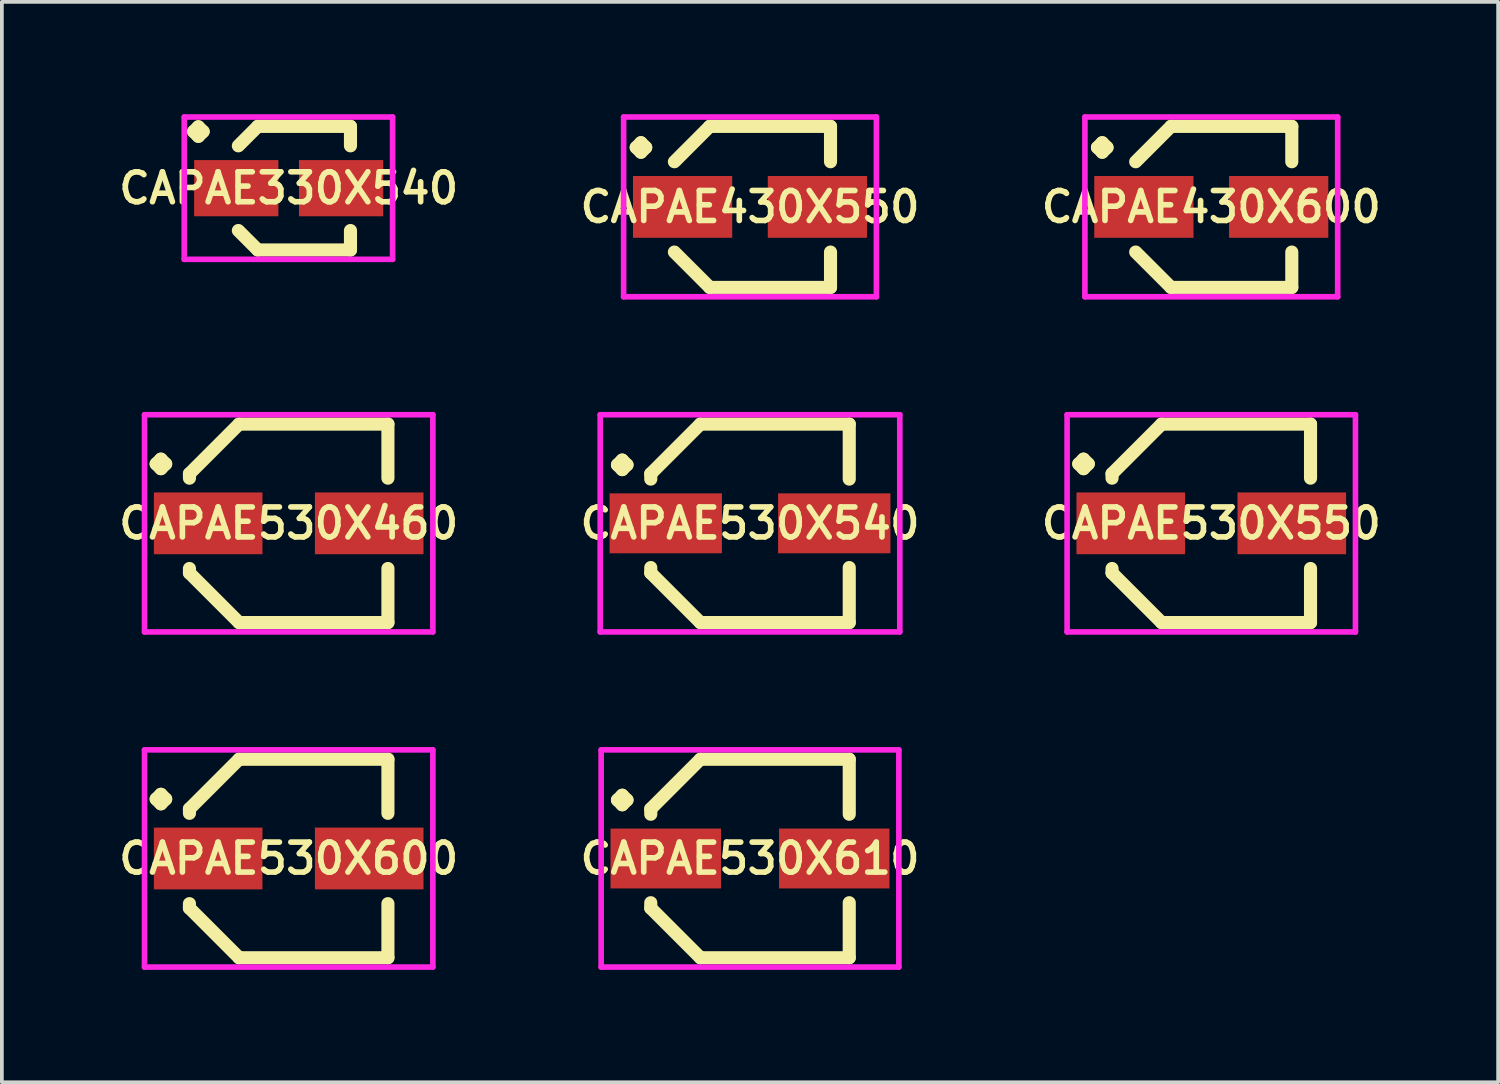
<source format=kicad_pcb>
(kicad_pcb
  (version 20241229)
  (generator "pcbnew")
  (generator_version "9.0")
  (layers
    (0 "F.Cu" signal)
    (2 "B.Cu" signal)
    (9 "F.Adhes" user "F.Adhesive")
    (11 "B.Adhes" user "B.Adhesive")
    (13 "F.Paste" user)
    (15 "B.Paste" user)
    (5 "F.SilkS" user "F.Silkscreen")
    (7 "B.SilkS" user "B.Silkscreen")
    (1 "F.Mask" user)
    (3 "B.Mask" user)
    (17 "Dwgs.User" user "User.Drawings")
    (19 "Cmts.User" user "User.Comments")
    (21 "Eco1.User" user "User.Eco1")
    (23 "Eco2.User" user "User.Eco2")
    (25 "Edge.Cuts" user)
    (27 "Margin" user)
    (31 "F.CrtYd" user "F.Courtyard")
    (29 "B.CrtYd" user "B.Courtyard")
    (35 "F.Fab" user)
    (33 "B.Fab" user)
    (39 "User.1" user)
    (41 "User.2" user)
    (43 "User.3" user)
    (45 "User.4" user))
  (footprint "CAPAE430X550"
    (layer "F.Cu")
    (at 16.978 2.475)
    (property "Reference" "CAPAE430X550" (at 0 0 0) (layer "F.SilkS") (effects (font (size 0.8 0.8) (thickness 0.15))))
    (attr smd)
    (fp_line (start -3.039 -1.587) (end -2.912 -1.714) (stroke (width 0.35) (type solid)) (layer "F.SilkS"))
    (fp_line (start -2.912 -1.714) (end -2.785 -1.587) (stroke (width 0.35) (type solid)) (layer "F.SilkS"))
    (fp_line (start -2.912 -1.46) (end -3.039 -1.587) (stroke (width 0.35) (type solid)) (layer "F.SilkS"))
    (fp_line (start -2.785 -1.587) (end -2.912 -1.46) (stroke (width 0.35) (type solid)) (layer "F.SilkS"))
    (fp_line (start -1.075 -2.15) (end -2.019 -1.206) (stroke (width 0.35) (type solid)) (layer "F.SilkS"))
    (fp_line (start -1.075 2.15) (end -2.019 1.206) (stroke (width 0.35) (type solid)) (layer "F.SilkS"))
    (fp_line (start 2.15 -2.15) (end -1.075 -2.15) (stroke (width 0.35) (type solid)) (layer "F.SilkS"))
    (fp_line (start 2.15 -1.206) (end 2.15 -2.15) (stroke (width 0.35) (type solid)) (layer "F.SilkS"))
    (fp_line (start 2.15 1.206) (end 2.15 2.15) (stroke (width 0.35) (type solid)) (layer "F.SilkS"))
    (fp_line (start 2.15 2.15) (end -1.075 2.15) (stroke (width 0.35) (type solid)) (layer "F.SilkS"))
    (fp_line (start -3.375 -2.4) (end 3.375 -2.4) (stroke (width 0.15) (type solid)) (layer "F.CrtYd"))
    (fp_line (start -3.375 2.4) (end -3.375 -2.4) (stroke (width 0.15) (type solid)) (layer "F.CrtYd"))
    (fp_line (start 3.375 -2.4) (end 3.375 2.4) (stroke (width 0.15) (type solid)) (layer "F.CrtYd"))
    (fp_line (start 3.375 2.4) (end -3.375 2.4) (stroke (width 0.15) (type solid)) (layer "F.CrtYd"))
    (pad "1" smd rect (at -1.8 0) (size 2.65 1.65) (layers "F.Cu" "F.Mask" "F.Paste"))
    (pad "2" smd rect (at 1.8 0) (size 2.65 1.65) (layers "F.Cu" "F.Mask" "F.Paste")))
  (footprint "CAPAE530X550"
    (layer "F.Cu")
    (at 29.296 10.925)
    (property "Reference" "CAPAE530X550" (at 0 0 0) (layer "F.SilkS") (effects (font (size 0.8 0.8) (thickness 0.15))))
    (attr smd)
    (fp_line (start -3.539 -1.587) (end -3.412 -1.714) (stroke (width 0.35) (type solid)) (layer "F.SilkS"))
    (fp_line (start -3.412 -1.714) (end -3.285 -1.587) (stroke (width 0.35) (type solid)) (layer "F.SilkS"))
    (fp_line (start -3.412 -1.46) (end -3.539 -1.587) (stroke (width 0.35) (type solid)) (layer "F.SilkS"))
    (fp_line (start -3.285 -1.587) (end -3.412 -1.46) (stroke (width 0.35) (type solid)) (layer "F.SilkS"))
    (fp_line (start -2.65 -1.325) (end -2.65 -1.206) (stroke (width 0.35) (type solid)) (layer "F.SilkS"))
    (fp_line (start -2.65 1.325) (end -2.65 1.206) (stroke (width 0.35) (type solid)) (layer "F.SilkS"))
    (fp_line (start -1.325 -2.65) (end -2.65 -1.325) (stroke (width 0.35) (type solid)) (layer "F.SilkS"))
    (fp_line (start -1.325 2.65) (end -2.65 1.325) (stroke (width 0.35) (type solid)) (layer "F.SilkS"))
    (fp_line (start 2.65 -2.65) (end -1.325 -2.65) (stroke (width 0.35) (type solid)) (layer "F.SilkS"))
    (fp_line (start 2.65 -1.206) (end 2.65 -2.65) (stroke (width 0.35) (type solid)) (layer "F.SilkS"))
    (fp_line (start 2.65 1.206) (end 2.65 2.65) (stroke (width 0.35) (type solid)) (layer "F.SilkS"))
    (fp_line (start 2.65 2.65) (end -1.325 2.65) (stroke (width 0.35) (type solid)) (layer "F.SilkS"))
    (fp_line (start -3.85 -2.9) (end 3.85 -2.9) (stroke (width 0.15) (type solid)) (layer "F.CrtYd"))
    (fp_line (start -3.85 2.9) (end -3.85 -2.9) (stroke (width 0.15) (type solid)) (layer "F.CrtYd"))
    (fp_line (start 3.85 -2.9) (end 3.85 2.9) (stroke (width 0.15) (type solid)) (layer "F.CrtYd"))
    (fp_line (start 3.85 2.9) (end -3.85 2.9) (stroke (width 0.15) (type solid)) (layer "F.CrtYd"))
    (pad "1" smd rect (at -2.15 0) (size 2.9 1.65) (layers "F.Cu" "F.Mask" "F.Paste"))
    (pad "2" smd rect (at 2.15 0) (size 2.9 1.65) (layers "F.Cu" "F.Mask" "F.Paste")))
  (footprint "CAPAE530X540"
    (layer "F.Cu")
    (at 16.978 10.925)
    (property "Reference" "CAPAE530X540" (at 0 0 0) (layer "F.SilkS") (effects (font (size 0.8 0.8) (thickness 0.15))))
    (attr smd)
    (fp_line (start -3.539 -1.562) (end -3.412 -1.689) (stroke (width 0.35) (type solid)) (layer "F.SilkS"))
    (fp_line (start -3.412 -1.689) (end -3.285 -1.562) (stroke (width 0.35) (type solid)) (layer "F.SilkS"))
    (fp_line (start -3.412 -1.435) (end -3.539 -1.562) (stroke (width 0.35) (type solid)) (layer "F.SilkS"))
    (fp_line (start -3.285 -1.562) (end -3.412 -1.435) (stroke (width 0.35) (type solid)) (layer "F.SilkS"))
    (fp_line (start -2.65 -1.325) (end -2.65 -1.181) (stroke (width 0.35) (type solid)) (layer "F.SilkS"))
    (fp_line (start -2.65 1.325) (end -2.65 1.181) (stroke (width 0.35) (type solid)) (layer "F.SilkS"))
    (fp_line (start -1.325 -2.65) (end -2.65 -1.325) (stroke (width 0.35) (type solid)) (layer "F.SilkS"))
    (fp_line (start -1.325 2.65) (end -2.65 1.325) (stroke (width 0.35) (type solid)) (layer "F.SilkS"))
    (fp_line (start 2.65 -2.65) (end -1.325 -2.65) (stroke (width 0.35) (type solid)) (layer "F.SilkS"))
    (fp_line (start 2.65 -1.181) (end 2.65 -2.65) (stroke (width 0.35) (type solid)) (layer "F.SilkS"))
    (fp_line (start 2.65 1.181) (end 2.65 2.65) (stroke (width 0.35) (type solid)) (layer "F.SilkS"))
    (fp_line (start 2.65 2.65) (end -1.325 2.65) (stroke (width 0.35) (type solid)) (layer "F.SilkS"))
    (fp_line (start -4 -2.9) (end 4 -2.9) (stroke (width 0.15) (type solid)) (layer "F.CrtYd"))
    (fp_line (start -4 2.9) (end -4 -2.9) (stroke (width 0.15) (type solid)) (layer "F.CrtYd"))
    (fp_line (start 4 -2.9) (end 4 2.9) (stroke (width 0.15) (type solid)) (layer "F.CrtYd"))
    (fp_line (start 4 2.9) (end -4 2.9) (stroke (width 0.15) (type solid)) (layer "F.CrtYd"))
    (pad "1" smd rect (at -2.25 0) (size 3 1.6) (layers "F.Cu" "F.Mask" "F.Paste"))
    (pad "2" smd rect (at 2.25 0) (size 3 1.6) (layers "F.Cu" "F.Mask" "F.Paste")))
  (footprint "CAPAE330X540"
    (layer "F.Cu")
    (at 4.659 1.975)
    (property "Reference" "CAPAE330X540" (at 0 0 0) (layer "F.SilkS") (effects (font (size 0.8 0.8) (thickness 0.15))))
    (attr smd)
    (fp_line (start -2.539 -1.512) (end -2.412 -1.639) (stroke (width 0.35) (type solid)) (layer "F.SilkS"))
    (fp_line (start -2.412 -1.639) (end -2.285 -1.512) (stroke (width 0.35) (type solid)) (layer "F.SilkS"))
    (fp_line (start -2.412 -1.385) (end -2.539 -1.512) (stroke (width 0.35) (type solid)) (layer "F.SilkS"))
    (fp_line (start -2.285 -1.512) (end -2.412 -1.385) (stroke (width 0.35) (type solid)) (layer "F.SilkS"))
    (fp_line (start -0.825 -1.65) (end -1.344 -1.131) (stroke (width 0.35) (type solid)) (layer "F.SilkS"))
    (fp_line (start -0.825 1.65) (end -1.344 1.131) (stroke (width 0.35) (type solid)) (layer "F.SilkS"))
    (fp_line (start 1.65 -1.65) (end -0.825 -1.65) (stroke (width 0.35) (type solid)) (layer "F.SilkS"))
    (fp_line (start 1.65 -1.131) (end 1.65 -1.65) (stroke (width 0.35) (type solid)) (layer "F.SilkS"))
    (fp_line (start 1.65 1.131) (end 1.65 1.65) (stroke (width 0.35) (type solid)) (layer "F.SilkS"))
    (fp_line (start 1.65 1.65) (end -0.825 1.65) (stroke (width 0.35) (type solid)) (layer "F.SilkS"))
    (fp_line (start -2.789 -1.9) (end 2.775 -1.9) (stroke (width 0.15) (type solid)) (layer "F.CrtYd"))
    (fp_line (start -2.789 1.9) (end -2.789 -1.9) (stroke (width 0.15) (type solid)) (layer "F.CrtYd"))
    (fp_line (start 2.775 -1.9) (end 2.775 1.9) (stroke (width 0.15) (type solid)) (layer "F.CrtYd"))
    (fp_line (start 2.775 1.9) (end -2.789 1.9) (stroke (width 0.15) (type solid)) (layer "F.CrtYd"))
    (pad "1" smd rect (at -1.4 0) (size 2.25 1.5) (layers "F.Cu" "F.Mask" "F.Paste"))
    (pad "2" smd rect (at 1.4 0) (size 2.25 1.5) (layers "F.Cu" "F.Mask" "F.Paste")))
  (footprint "CAPAE530X600"
    (layer "F.Cu")
    (at 4.659 19.875)
    (property "Reference" "CAPAE530X600" (at 0 0 0) (layer "F.SilkS") (effects (font (size 0.8 0.8) (thickness 0.15))))
    (attr smd)
    (fp_line (start -3.539 -1.587) (end -3.412 -1.714) (stroke (width 0.35) (type solid)) (layer "F.SilkS"))
    (fp_line (start -3.412 -1.714) (end -3.285 -1.587) (stroke (width 0.35) (type solid)) (layer "F.SilkS"))
    (fp_line (start -3.412 -1.46) (end -3.539 -1.587) (stroke (width 0.35) (type solid)) (layer "F.SilkS"))
    (fp_line (start -3.285 -1.587) (end -3.412 -1.46) (stroke (width 0.35) (type solid)) (layer "F.SilkS"))
    (fp_line (start -2.65 -1.325) (end -2.65 -1.206) (stroke (width 0.35) (type solid)) (layer "F.SilkS"))
    (fp_line (start -2.65 1.325) (end -2.65 1.206) (stroke (width 0.35) (type solid)) (layer "F.SilkS"))
    (fp_line (start -1.325 -2.65) (end -2.65 -1.325) (stroke (width 0.35) (type solid)) (layer "F.SilkS"))
    (fp_line (start -1.325 2.65) (end -2.65 1.325) (stroke (width 0.35) (type solid)) (layer "F.SilkS"))
    (fp_line (start 2.65 -2.65) (end -1.325 -2.65) (stroke (width 0.35) (type solid)) (layer "F.SilkS"))
    (fp_line (start 2.65 -1.206) (end 2.65 -2.65) (stroke (width 0.35) (type solid)) (layer "F.SilkS"))
    (fp_line (start 2.65 1.206) (end 2.65 2.65) (stroke (width 0.35) (type solid)) (layer "F.SilkS"))
    (fp_line (start 2.65 2.65) (end -1.325 2.65) (stroke (width 0.35) (type solid)) (layer "F.SilkS"))
    (fp_line (start -3.85 -2.9) (end 3.85 -2.9) (stroke (width 0.15) (type solid)) (layer "F.CrtYd"))
    (fp_line (start -3.85 2.9) (end -3.85 -2.9) (stroke (width 0.15) (type solid)) (layer "F.CrtYd"))
    (fp_line (start 3.85 -2.9) (end 3.85 2.9) (stroke (width 0.15) (type solid)) (layer "F.CrtYd"))
    (fp_line (start 3.85 2.9) (end -3.85 2.9) (stroke (width 0.15) (type solid)) (layer "F.CrtYd"))
    (pad "1" smd rect (at -2.15 0) (size 2.9 1.65) (layers "F.Cu" "F.Mask" "F.Paste"))
    (pad "2" smd rect (at 2.15 0) (size 2.9 1.65) (layers "F.Cu" "F.Mask" "F.Paste")))
  (footprint "CAPAE530X610"
    (layer "F.Cu")
    (at 16.978 19.875)
    (property "Reference" "CAPAE530X610" (at 0 0 0) (layer "F.SilkS") (effects (font (size 0.8 0.8) (thickness 0.15))))
    (attr smd)
    (fp_line (start -3.539 -1.562) (end -3.412 -1.689) (stroke (width 0.35) (type solid)) (layer "F.SilkS"))
    (fp_line (start -3.412 -1.689) (end -3.285 -1.562) (stroke (width 0.35) (type solid)) (layer "F.SilkS"))
    (fp_line (start -3.412 -1.435) (end -3.539 -1.562) (stroke (width 0.35) (type solid)) (layer "F.SilkS"))
    (fp_line (start -3.285 -1.562) (end -3.412 -1.435) (stroke (width 0.35) (type solid)) (layer "F.SilkS"))
    (fp_line (start -2.65 -1.325) (end -2.65 -1.181) (stroke (width 0.35) (type solid)) (layer "F.SilkS"))
    (fp_line (start -2.65 1.325) (end -2.65 1.181) (stroke (width 0.35) (type solid)) (layer "F.SilkS"))
    (fp_line (start -1.325 -2.65) (end -2.65 -1.325) (stroke (width 0.35) (type solid)) (layer "F.SilkS"))
    (fp_line (start -1.325 2.65) (end -2.65 1.325) (stroke (width 0.35) (type solid)) (layer "F.SilkS"))
    (fp_line (start 2.65 -2.65) (end -1.325 -2.65) (stroke (width 0.35) (type solid)) (layer "F.SilkS"))
    (fp_line (start 2.65 -1.181) (end 2.65 -2.65) (stroke (width 0.35) (type solid)) (layer "F.SilkS"))
    (fp_line (start 2.65 1.181) (end 2.65 2.65) (stroke (width 0.35) (type solid)) (layer "F.SilkS"))
    (fp_line (start 2.65 2.65) (end -1.325 2.65) (stroke (width 0.35) (type solid)) (layer "F.SilkS"))
    (fp_line (start -3.975 -2.9) (end 3.975 -2.9) (stroke (width 0.15) (type solid)) (layer "F.CrtYd"))
    (fp_line (start -3.975 2.9) (end -3.975 -2.9) (stroke (width 0.15) (type solid)) (layer "F.CrtYd"))
    (fp_line (start 3.975 -2.9) (end 3.975 2.9) (stroke (width 0.15) (type solid)) (layer "F.CrtYd"))
    (fp_line (start 3.975 2.9) (end -3.975 2.9) (stroke (width 0.15) (type solid)) (layer "F.CrtYd"))
    (pad "1" smd rect (at -2.25 0) (size 2.95 1.6) (layers "F.Cu" "F.Mask" "F.Paste"))
    (pad "2" smd rect (at 2.25 0) (size 2.95 1.6) (layers "F.Cu" "F.Mask" "F.Paste")))
  (footprint "CAPAE430X600"
    (layer "F.Cu")
    (at 29.296 2.475)
    (property "Reference" "CAPAE430X600" (at 0 0 0) (layer "F.SilkS") (effects (font (size 0.8 0.8) (thickness 0.15))))
    (attr smd)
    (fp_line (start -3.039 -1.587) (end -2.912 -1.714) (stroke (width 0.35) (type solid)) (layer "F.SilkS"))
    (fp_line (start -2.912 -1.714) (end -2.785 -1.587) (stroke (width 0.35) (type solid)) (layer "F.SilkS"))
    (fp_line (start -2.912 -1.46) (end -3.039 -1.587) (stroke (width 0.35) (type solid)) (layer "F.SilkS"))
    (fp_line (start -2.785 -1.587) (end -2.912 -1.46) (stroke (width 0.35) (type solid)) (layer "F.SilkS"))
    (fp_line (start -1.075 -2.15) (end -2.019 -1.206) (stroke (width 0.35) (type solid)) (layer "F.SilkS"))
    (fp_line (start -1.075 2.15) (end -2.019 1.206) (stroke (width 0.35) (type solid)) (layer "F.SilkS"))
    (fp_line (start 2.15 -2.15) (end -1.075 -2.15) (stroke (width 0.35) (type solid)) (layer "F.SilkS"))
    (fp_line (start 2.15 -1.206) (end 2.15 -2.15) (stroke (width 0.35) (type solid)) (layer "F.SilkS"))
    (fp_line (start 2.15 1.206) (end 2.15 2.15) (stroke (width 0.35) (type solid)) (layer "F.SilkS"))
    (fp_line (start 2.15 2.15) (end -1.075 2.15) (stroke (width 0.35) (type solid)) (layer "F.SilkS"))
    (fp_line (start -3.375 -2.4) (end 3.375 -2.4) (stroke (width 0.15) (type solid)) (layer "F.CrtYd"))
    (fp_line (start -3.375 2.4) (end -3.375 -2.4) (stroke (width 0.15) (type solid)) (layer "F.CrtYd"))
    (fp_line (start 3.375 -2.4) (end 3.375 2.4) (stroke (width 0.15) (type solid)) (layer "F.CrtYd"))
    (fp_line (start 3.375 2.4) (end -3.375 2.4) (stroke (width 0.15) (type solid)) (layer "F.CrtYd"))
    (pad "1" smd rect (at -1.8 0) (size 2.65 1.65) (layers "F.Cu" "F.Mask" "F.Paste"))
    (pad "2" smd rect (at 1.8 0) (size 2.65 1.65) (layers "F.Cu" "F.Mask" "F.Paste")))
  (footprint "CAPAE530X460"
    (layer "F.Cu")
    (at 4.659 10.925)
    (property "Reference" "CAPAE530X460" (at 0 0 0) (layer "F.SilkS") (effects (font (size 0.8 0.8) (thickness 0.15))))
    (attr smd)
    (fp_line (start -3.539 -1.587) (end -3.412 -1.714) (stroke (width 0.35) (type solid)) (layer "F.SilkS"))
    (fp_line (start -3.412 -1.714) (end -3.285 -1.587) (stroke (width 0.35) (type solid)) (layer "F.SilkS"))
    (fp_line (start -3.412 -1.46) (end -3.539 -1.587) (stroke (width 0.35) (type solid)) (layer "F.SilkS"))
    (fp_line (start -3.285 -1.587) (end -3.412 -1.46) (stroke (width 0.35) (type solid)) (layer "F.SilkS"))
    (fp_line (start -2.65 -1.325) (end -2.65 -1.206) (stroke (width 0.35) (type solid)) (layer "F.SilkS"))
    (fp_line (start -2.65 1.325) (end -2.65 1.206) (stroke (width 0.35) (type solid)) (layer "F.SilkS"))
    (fp_line (start -1.325 -2.65) (end -2.65 -1.325) (stroke (width 0.35) (type solid)) (layer "F.SilkS"))
    (fp_line (start -1.325 2.65) (end -2.65 1.325) (stroke (width 0.35) (type solid)) (layer "F.SilkS"))
    (fp_line (start 2.65 -2.65) (end -1.325 -2.65) (stroke (width 0.35) (type solid)) (layer "F.SilkS"))
    (fp_line (start 2.65 -1.206) (end 2.65 -2.65) (stroke (width 0.35) (type solid)) (layer "F.SilkS"))
    (fp_line (start 2.65 1.206) (end 2.65 2.65) (stroke (width 0.35) (type solid)) (layer "F.SilkS"))
    (fp_line (start 2.65 2.65) (end -1.325 2.65) (stroke (width 0.35) (type solid)) (layer "F.SilkS"))
    (fp_line (start -3.85 -2.9) (end 3.85 -2.9) (stroke (width 0.15) (type solid)) (layer "F.CrtYd"))
    (fp_line (start -3.85 2.9) (end -3.85 -2.9) (stroke (width 0.15) (type solid)) (layer "F.CrtYd"))
    (fp_line (start 3.85 -2.9) (end 3.85 2.9) (stroke (width 0.15) (type solid)) (layer "F.CrtYd"))
    (fp_line (start 3.85 2.9) (end -3.85 2.9) (stroke (width 0.15) (type solid)) (layer "F.CrtYd"))
    (pad "1" smd rect (at -2.15 0) (size 2.9 1.65) (layers "F.Cu" "F.Mask" "F.Paste"))
    (pad "2" smd rect (at 2.15 0) (size 2.9 1.65) (layers "F.Cu" "F.Mask" "F.Paste")))
  (gr_rect
    (start -3 -3)
    (end 36.956 25.85)
    (stroke (width 0.1) (type default))
    (fill no)
    (layer "Edge.Cuts")))
</source>
